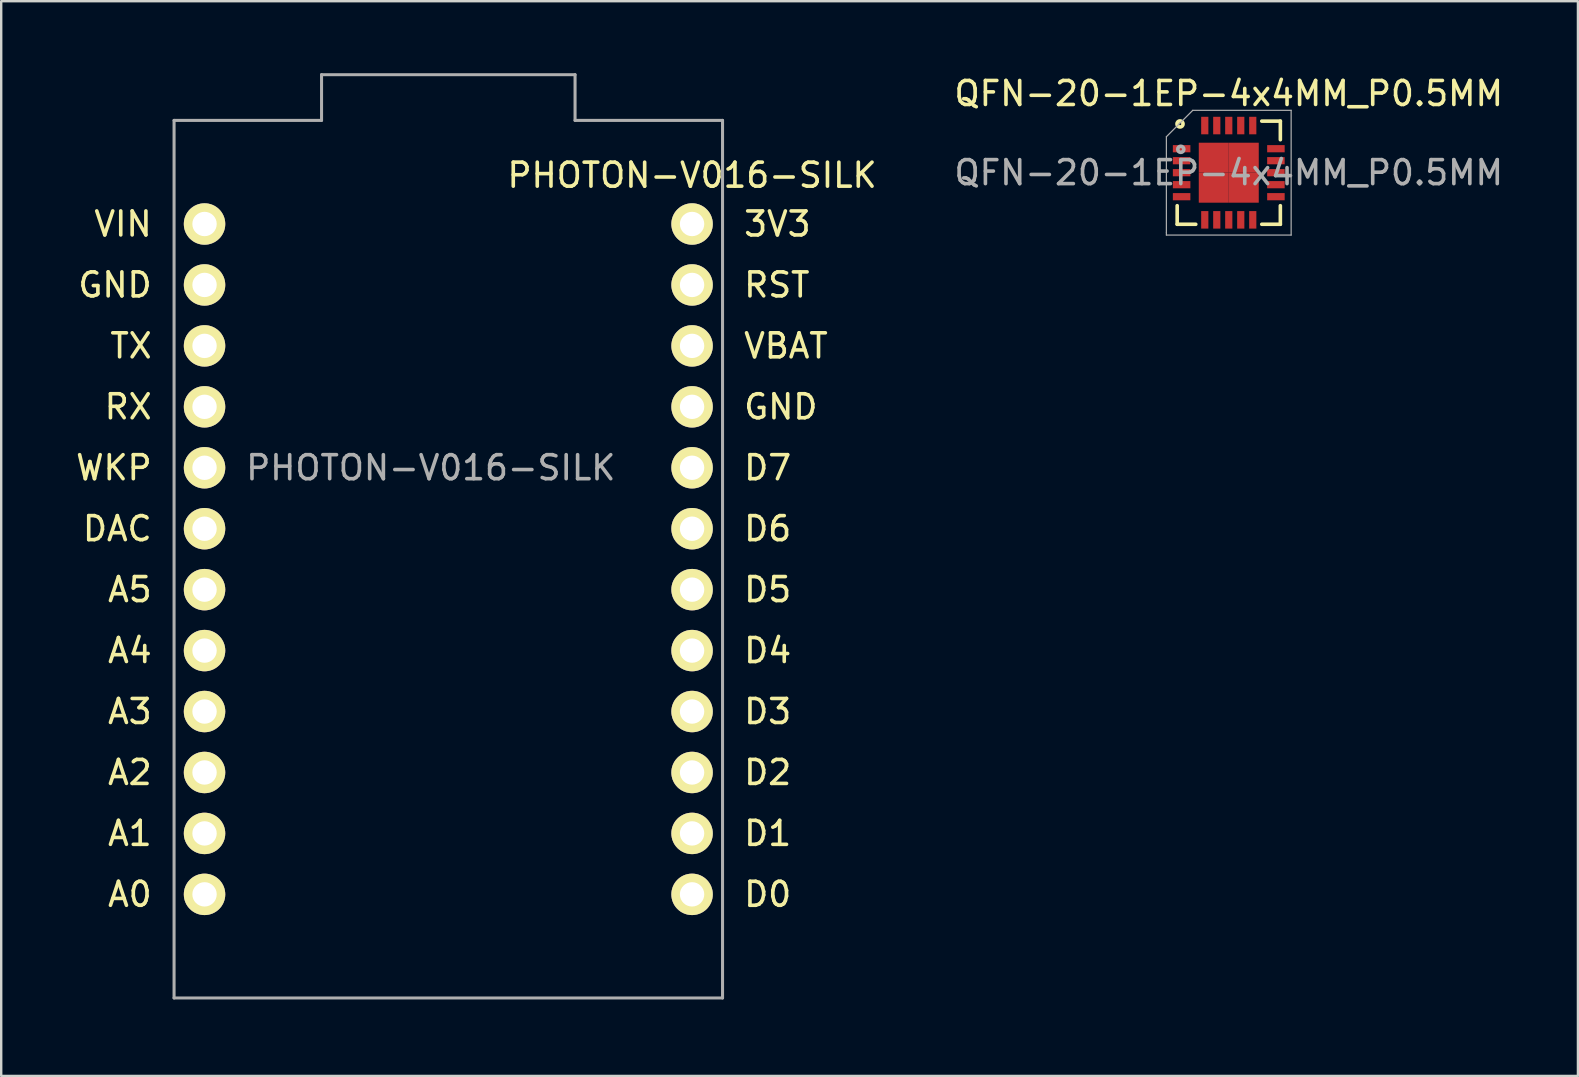
<source format=kicad_pcb>
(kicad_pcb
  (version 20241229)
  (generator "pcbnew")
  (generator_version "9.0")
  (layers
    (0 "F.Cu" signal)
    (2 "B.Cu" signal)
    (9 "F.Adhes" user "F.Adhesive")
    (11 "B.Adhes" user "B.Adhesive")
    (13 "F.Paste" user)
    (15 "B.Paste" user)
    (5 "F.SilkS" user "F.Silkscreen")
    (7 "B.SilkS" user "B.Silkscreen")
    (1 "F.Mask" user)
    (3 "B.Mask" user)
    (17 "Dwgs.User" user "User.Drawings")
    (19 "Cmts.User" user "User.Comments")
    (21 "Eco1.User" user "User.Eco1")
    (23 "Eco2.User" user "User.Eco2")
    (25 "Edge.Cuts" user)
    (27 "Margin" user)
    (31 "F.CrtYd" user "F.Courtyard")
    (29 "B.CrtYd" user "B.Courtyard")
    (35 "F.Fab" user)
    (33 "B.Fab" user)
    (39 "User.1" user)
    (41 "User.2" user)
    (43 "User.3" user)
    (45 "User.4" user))
  (footprint "QFN-20-1EP-4x4MM_P0.5MM"
    (layer "F.Cu")
    (at 48.164 4.148)
    (property "Reference" "QFN-20-1EP-4x4MM_P0.5MM" (at 0 0 0) (layer "F.Fab") (effects (font (size 1 1) (thickness 0.15))))
    (attr smd)
    (fp_line (start -2.15 2.15) (end -2.15 1.375) (stroke (width 0.15) (type solid)) (layer "F.SilkS"))
    (fp_line (start -2.15 2.15) (end -1.375 2.15) (stroke (width 0.15) (type solid)) (layer "F.SilkS"))
    (fp_line (start 2.15 -2.15) (end 1.375 -2.15) (stroke (width 0.15) (type solid)) (layer "F.SilkS"))
    (fp_line (start 2.15 -2.15) (end 2.15 -1.375) (stroke (width 0.15) (type solid)) (layer "F.SilkS"))
    (fp_line (start 2.15 2.15) (end 1.375 2.15) (stroke (width 0.15) (type solid)) (layer "F.SilkS"))
    (fp_line (start 2.15 2.15) (end 2.15 1.375) (stroke (width 0.15) (type solid)) (layer "F.SilkS"))
    (fp_circle (center -2.032 -2.032) (end -1.905 -2.032) (stroke (width 0.152) (type solid)) (fill no) (layer "F.SilkS"))
    (fp_line (start -2.6 -1.5) (end -2.6 2.5) (stroke (width 0.05) (type solid)) (layer "F.Fab"))
    (fp_line (start -2.6 -1.5) (end -1.5 -2.6) (stroke (width 0.051) (type solid)) (layer "F.Fab"))
    (fp_line (start -2.6 2.5) (end -2.6 2.6) (stroke (width 0.05) (type solid)) (layer "F.Fab"))
    (fp_line (start -2.6 2.6) (end 2.6 2.6) (stroke (width 0.05) (type solid)) (layer "F.Fab"))
    (fp_line (start 2.6 -2.6) (end -1.5 -2.6) (stroke (width 0.05) (type solid)) (layer "F.Fab"))
    (fp_line (start 2.6 2.6) (end 2.6 -2.6) (stroke (width 0.05) (type solid)) (layer "F.Fab"))
    (fp_circle (center -2 -0.975) (end -1.873 -0.975) (stroke (width 0.152) (type solid)) (fill no) (layer "F.Fab"))
    (fp_text user "${REFERENCE}" (at 0 -3.3 0) (layer "F.SilkS") (effects (font (size 1 1) (thickness 0.15))))
    (pad "1" smd rect (at -1.965 -1) (size 0.73 0.3) (layers "F.Cu" "F.Mask" "F.Paste"))
    (pad "2" smd rect (at -1.965 -0.5) (size 0.73 0.3) (layers "F.Cu" "F.Mask" "F.Paste"))
    (pad "3" smd rect (at -1.965 0) (size 0.73 0.3) (layers "F.Cu" "F.Mask" "F.Paste"))
    (pad "4" smd rect (at -1.965 0.5) (size 0.73 0.3) (layers "F.Cu" "F.Mask" "F.Paste"))
    (pad "5" smd rect (at -1.965 1) (size 0.73 0.3) (layers "F.Cu" "F.Mask" "F.Paste"))
    (pad "6" smd rect (at -1 1.965 90) (size 0.73 0.3) (layers "F.Cu" "F.Mask" "F.Paste"))
    (pad "7" smd rect (at -0.5 1.965 90) (size 0.73 0.3) (layers "F.Cu" "F.Mask" "F.Paste"))
    (pad "8" smd rect (at 0 1.965 90) (size 0.73 0.3) (layers "F.Cu" "F.Mask" "F.Paste"))
    (pad "9" smd rect (at 0.5 1.965 90) (size 0.73 0.3) (layers "F.Cu" "F.Mask" "F.Paste"))
    (pad "10" smd rect (at 1 1.965 90) (size 0.73 0.3) (layers "F.Cu" "F.Mask" "F.Paste"))
    (pad "11" smd rect (at 1.965 1) (size 0.73 0.3) (layers "F.Cu" "F.Mask" "F.Paste"))
    (pad "12" smd rect (at 1.965 0.5) (size 0.73 0.3) (layers "F.Cu" "F.Mask" "F.Paste"))
    (pad "13" smd rect (at 1.965 0) (size 0.73 0.3) (layers "F.Cu" "F.Mask" "F.Paste"))
    (pad "14" smd rect (at 1.965 -0.5) (size 0.73 0.3) (layers "F.Cu" "F.Mask" "F.Paste"))
    (pad "15" smd rect (at 1.965 -1) (size 0.73 0.3) (layers "F.Cu" "F.Mask" "F.Paste"))
    (pad "16" smd rect (at 1 -1.965 90) (size 0.73 0.3) (layers "F.Cu" "F.Mask" "F.Paste"))
    (pad "17" smd rect (at 0.5 -1.965 90) (size 0.73 0.3) (layers "F.Cu" "F.Mask" "F.Paste"))
    (pad "18" smd rect (at 0 -1.965 90) (size 0.73 0.3) (layers "F.Cu" "F.Mask" "F.Paste"))
    (pad "19" smd rect (at -0.5 -1.965 90) (size 0.73 0.3) (layers "F.Cu" "F.Mask" "F.Paste"))
    (pad "20" smd rect (at -1 -1.965 90) (size 0.73 0.3) (layers "F.Cu" "F.Mask" "F.Paste"))
    (pad "21" smd rect (at -0.625 -0.625) (size 1.25 1.25) (layers "F.Cu" "F.Mask" "F.Paste"))
    (pad "21" smd rect (at -0.625 0.625) (size 1.25 1.25) (layers "F.Cu" "F.Mask" "F.Paste"))
    (pad "21" smd rect (at 0.625 -0.625) (size 1.25 1.25) (layers "F.Cu" "F.Mask" "F.Paste"))
    (pad "21" smd rect (at 0.625 0.625) (size 1.25 1.25) (layers "F.Cu" "F.Mask" "F.Paste")))
  (footprint "PHOTON-V016-SILK"
    (layer "F.Cu")
    (at 15.635 38.544)
    (property "Reference" "PHOTON-V016-SILK" (at -0.73 -22.098 0) (layer "F.Fab") (effects (font (size 1 1) (thickness 0.15))))
    (attr smd)
    (fp_line (start -11.43 0) (end -11.43 -36.576) (stroke (width 0.127) (type solid)) (layer "F.Fab"))
    (fp_line (start -11.43 0) (end 11.43 0) (stroke (width 0.127) (type solid)) (layer "F.Fab"))
    (fp_line (start -5.283 -36.576) (end -11.43 -36.576) (stroke (width 0.127) (type solid)) (layer "F.Fab"))
    (fp_line (start -5.283 -36.576) (end -5.283 -38.481) (stroke (width 0.127) (type solid)) (layer "F.Fab"))
    (fp_line (start 5.283 -38.481) (end -5.283 -38.481) (stroke (width 0.127) (type solid)) (layer "F.Fab"))
    (fp_line (start 5.283 -36.576) (end 5.283 -38.481) (stroke (width 0.127) (type solid)) (layer "F.Fab"))
    (fp_line (start 5.283 -36.576) (end 11.43 -36.576) (stroke (width 0.127) (type solid)) (layer "F.Fab"))
    (fp_line (start 11.43 0) (end 11.43 -36.576) (stroke (width 0.127) (type solid)) (layer "F.Fab"))
    (fp_text user "DAC" (at -13.796 -19.558 0) (layer "F.SilkS") (effects (font (size 1 1) (thickness 0.15))))
    (fp_text user "A2" (at -13.272 -9.398 0) (layer "F.SilkS") (effects (font (size 1 1) (thickness 0.15))))
    (fp_text user "D3" (at 13.311 -11.938 0) (layer "F.SilkS") (effects (font (size 1 1) (thickness 0.15))))
    (fp_text user "RX" (at -13.343 -24.638 0) (layer "F.SilkS") (effects (font (size 1 1) (thickness 0.15))))
    (fp_text user "A0" (at -13.272 -4.318 0) (layer "F.SilkS") (effects (font (size 1 1) (thickness 0.15))))
    (fp_text user "A5" (at -13.272 -17.018 0) (layer "F.SilkS") (effects (font (size 1 1) (thickness 0.15))))
    (fp_text user "VIN" (at -13.557 -32.258 0) (layer "F.SilkS") (effects (font (size 1 1) (thickness 0.15))))
    (fp_text user "D5" (at 13.311 -17.018 0) (layer "F.SilkS") (effects (font (size 1 1) (thickness 0.15))))
    (fp_text user "D2" (at 13.311 -9.398 0) (layer "F.SilkS") (effects (font (size 1 1) (thickness 0.15))))
    (fp_text user "A1" (at -13.272 -6.858 0) (layer "F.SilkS") (effects (font (size 1 1) (thickness 0.15))))
    (fp_text user "D0" (at 13.311 -4.318 0) (layer "F.SilkS") (effects (font (size 1 1) (thickness 0.15))))
    (fp_text user "3V3" (at 13.716 -32.258 0) (layer "F.SilkS") (effects (font (size 1 1) (thickness 0.15))))
    (fp_text user "TX" (at -13.224 -27.178 0) (layer "F.SilkS") (effects (font (size 1 1) (thickness 0.15))))
    (fp_text user "RST" (at 13.692 -29.718 0) (layer "F.SilkS") (effects (font (size 1 1) (thickness 0.15))))
    (fp_text user "D6" (at 13.311 -19.558 0) (layer "F.SilkS") (effects (font (size 1 1) (thickness 0.15))))
    (fp_text user "GND" (at 13.859 -24.638 0) (layer "F.SilkS") (effects (font (size 1 1) (thickness 0.15))))
    (fp_text user "VBAT" (at 14.073 -27.178 0) (layer "F.SilkS") (effects (font (size 1 1) (thickness 0.15))))
    (fp_text user "WKP" (at -13.938 -22.098 0) (layer "F.SilkS") (effects (font (size 1 1) (thickness 0.15))))
    (fp_text user "GND" (at -13.891 -29.718 0) (layer "F.SilkS") (effects (font (size 1 1) (thickness 0.15))))
    (fp_text user "${REFERENCE}" (at 10.16 -34.29 0) (layer "F.SilkS") (effects (font (size 1 1) (thickness 0.15))))
    (fp_text user "D1" (at 13.311 -6.858 0) (layer "F.SilkS") (effects (font (size 1 1) (thickness 0.15))))
    (fp_text user "A4" (at -13.272 -14.478 0) (layer "F.SilkS") (effects (font (size 1 1) (thickness 0.15))))
    (fp_text user "D7" (at 13.311 -22.098 0) (layer "F.SilkS") (effects (font (size 1 1) (thickness 0.15))))
    (fp_text user "A3" (at -13.272 -11.938 0) (layer "F.SilkS") (effects (font (size 1 1) (thickness 0.15))))
    (fp_text user "D4" (at 13.311 -14.478 0) (layer "F.SilkS") (effects (font (size 1 1) (thickness 0.15))))
    (pad "3V3" thru_hole circle (at 10.16 -32.258) (size 1.727 1.727) (drill 1.016) (layers "*.Cu" "*.Mask" "F.SilkS"))
    (pad "A0" thru_hole circle (at -10.16 -4.318) (size 1.727 1.727) (drill 1.016) (layers "*.Cu" "*.Mask" "F.SilkS"))
    (pad "A1" thru_hole circle (at -10.16 -6.858) (size 1.727 1.727) (drill 1.016) (layers "*.Cu" "*.Mask" "F.SilkS"))
    (pad "A2" thru_hole circle (at -10.16 -9.398) (size 1.727 1.727) (drill 1.016) (layers "*.Cu" "*.Mask" "F.SilkS"))
    (pad "A3" thru_hole circle (at -10.16 -11.938) (size 1.727 1.727) (drill 1.016) (layers "*.Cu" "*.Mask" "F.SilkS"))
    (pad "A4" thru_hole circle (at -10.16 -14.478) (size 1.727 1.727) (drill 1.016) (layers "*.Cu" "*.Mask" "F.SilkS"))
    (pad "A5" thru_hole circle (at -10.16 -17.018) (size 1.727 1.727) (drill 1.016) (layers "*.Cu" "*.Mask" "F.SilkS"))
    (pad "D0" thru_hole circle (at 10.16 -4.318) (size 1.727 1.727) (drill 1.016) (layers "*.Cu" "*.Mask" "F.SilkS"))
    (pad "D1" thru_hole circle (at 10.16 -6.858) (size 1.727 1.727) (drill 1.016) (layers "*.Cu" "*.Mask" "F.SilkS"))
    (pad "D2" thru_hole circle (at 10.16 -9.398) (size 1.727 1.727) (drill 1.016) (layers "*.Cu" "*.Mask" "F.SilkS"))
    (pad "D3" thru_hole circle (at 10.16 -11.938) (size 1.727 1.727) (drill 1.016) (layers "*.Cu" "*.Mask" "F.SilkS"))
    (pad "D4" thru_hole circle (at 10.16 -14.478) (size 1.727 1.727) (drill 1.016) (layers "*.Cu" "*.Mask" "F.SilkS"))
    (pad "D5" thru_hole circle (at 10.16 -17.018) (size 1.727 1.727) (drill 1.016) (layers "*.Cu" "*.Mask" "F.SilkS"))
    (pad "D6" thru_hole circle (at 10.16 -19.558) (size 1.727 1.727) (drill 1.016) (layers "*.Cu" "*.Mask" "F.SilkS"))
    (pad "D7" thru_hole circle (at 10.16 -22.098) (size 1.727 1.727) (drill 1.016) (layers "*.Cu" "*.Mask" "F.SilkS"))
    (pad "DAC" thru_hole circle (at -10.16 -19.558) (size 1.727 1.727) (drill 1.016) (layers "*.Cu" "*.Mask" "F.SilkS"))
    (pad "GND" thru_hole circle (at -10.16 -29.718) (size 1.727 1.727) (drill 1.016) (layers "*.Cu" "*.Mask" "F.SilkS"))
    (pad "GND" thru_hole circle (at 10.16 -24.638) (size 1.727 1.727) (drill 1.016) (layers "*.Cu" "*.Mask" "F.SilkS"))
    (pad "RST" thru_hole circle (at 10.16 -29.718) (size 1.727 1.727) (drill 1.016) (layers "*.Cu" "*.Mask" "F.SilkS"))
    (pad "RX" thru_hole circle (at -10.16 -24.638) (size 1.727 1.727) (drill 1.016) (layers "*.Cu" "*.Mask" "F.SilkS"))
    (pad "TX" thru_hole circle (at -10.16 -27.178) (size 1.727 1.727) (drill 1.016) (layers "*.Cu" "*.Mask" "F.SilkS"))
    (pad "VBAT" thru_hole circle (at 10.16 -27.178) (size 1.727 1.727) (drill 1.016) (layers "*.Cu" "*.Mask" "F.SilkS"))
    (pad "VIN" thru_hole circle (at -10.16 -32.258) (size 1.727 1.727) (drill 1.016) (layers "*.Cu" "*.Mask" "F.SilkS"))
    (pad "WKP" thru_hole circle (at -10.16 -22.098) (size 1.727 1.727) (drill 1.016) (layers "*.Cu" "*.Mask" "F.SilkS")))
  (gr_rect
    (start -3 -3)
    (end 62.717 41.794)
    (stroke (width 0.1) (type default))
    (fill no)
    (layer "Edge.Cuts")))
</source>
